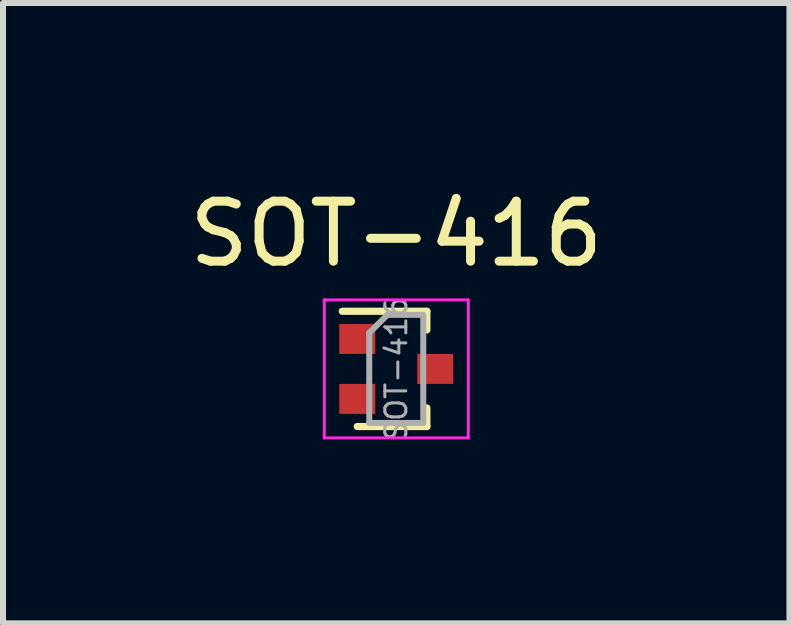
<source format=kicad_pcb>
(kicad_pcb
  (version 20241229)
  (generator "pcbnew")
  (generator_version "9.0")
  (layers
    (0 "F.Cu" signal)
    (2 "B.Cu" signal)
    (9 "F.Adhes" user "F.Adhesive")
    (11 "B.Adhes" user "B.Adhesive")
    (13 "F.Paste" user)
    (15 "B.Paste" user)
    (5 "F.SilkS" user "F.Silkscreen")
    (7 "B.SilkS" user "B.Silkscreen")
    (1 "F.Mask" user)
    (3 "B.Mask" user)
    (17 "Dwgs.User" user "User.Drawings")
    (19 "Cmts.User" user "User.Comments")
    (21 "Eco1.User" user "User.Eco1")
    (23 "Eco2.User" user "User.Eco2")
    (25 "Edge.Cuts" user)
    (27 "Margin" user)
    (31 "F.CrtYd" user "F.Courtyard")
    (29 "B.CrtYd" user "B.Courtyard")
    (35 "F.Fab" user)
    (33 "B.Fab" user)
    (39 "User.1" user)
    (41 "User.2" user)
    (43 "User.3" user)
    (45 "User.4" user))
  (footprint "SOT-416"
    (layer "F.Cu")
    (at 3.554 3.098)
    (property "Reference" "SOT-416" (at 0 -2.25 0) (layer "F.SilkS") (effects (font (size 1 1) (thickness 0.15))))
    (attr smd)
    (fp_line (start 0.51 -0.96) (end -0.9 -0.96) (stroke (width 0.12) (type solid)) (layer "F.SilkS"))
    (fp_line (start 0.51 -0.96) (end 0.51 -0.65) (stroke (width 0.12) (type solid)) (layer "F.SilkS"))
    (fp_line (start 0.51 0.96) (end -0.65 0.96) (stroke (width 0.12) (type solid)) (layer "F.SilkS"))
    (fp_line (start 0.51 0.96) (end 0.51 0.65) (stroke (width 0.12) (type solid)) (layer "F.SilkS"))
    (fp_line (start -1.2 -1.15) (end 1.2 -1.15) (stroke (width 0.05) (type solid)) (layer "F.CrtYd"))
    (fp_line (start -1.2 1.15) (end -1.2 -1.15) (stroke (width 0.05) (type solid)) (layer "F.CrtYd"))
    (fp_line (start 1.2 -1.15) (end 1.2 1.15) (stroke (width 0.05) (type solid)) (layer "F.CrtYd"))
    (fp_line (start 1.2 1.15) (end -1.2 1.15) (stroke (width 0.05) (type solid)) (layer "F.CrtYd"))
    (fp_line (start -0.45 -0.6) (end -0.45 0.9) (stroke (width 0.1) (type solid)) (layer "F.Fab"))
    (fp_line (start -0.45 0.9) (end 0.45 0.9) (stroke (width 0.1) (type solid)) (layer "F.Fab"))
    (fp_line (start -0.15 -0.9) (end -0.45 -0.6) (stroke (width 0.1) (type solid)) (layer "F.Fab"))
    (fp_line (start -0.15 -0.9) (end 0.45 -0.9) (stroke (width 0.1) (type solid)) (layer "F.Fab"))
    (fp_line (start 0.45 -0.9) (end 0.45 0.9) (stroke (width 0.1) (type solid)) (layer "F.Fab"))
    (fp_text user "${REFERENCE}" (at 0 0 90) (layer "F.Fab") (effects (font (size 0.35 0.35) (thickness 0.05))))
    (pad "1" smd rect (at -0.65 -0.5) (size 0.6 0.5) (layers "F.Cu" "F.Mask" "F.Paste"))
    (pad "2" smd rect (at -0.65 0.5) (size 0.6 0.5) (layers "F.Cu" "F.Mask" "F.Paste"))
    (pad "3" smd rect (at 0.65 0) (size 0.6 0.5) (layers "F.Cu" "F.Mask" "F.Paste")))
  (gr_rect
    (start -3 -3)
    (end 10.107 7.338)
    (stroke (width 0.1) (type default))
    (fill no)
    (layer "Edge.Cuts")))
</source>
